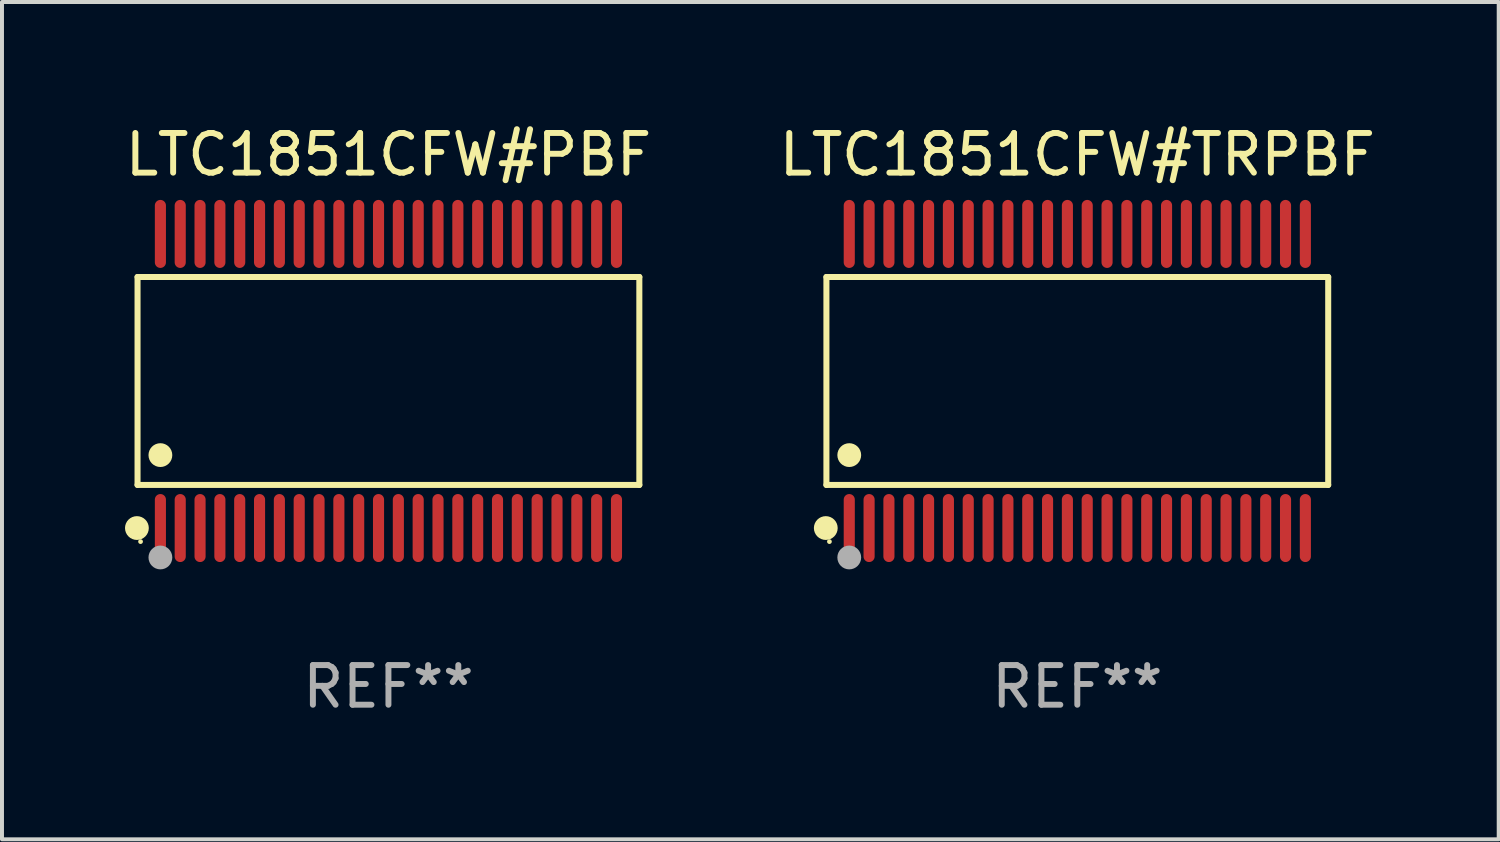
<source format=kicad_pcb>
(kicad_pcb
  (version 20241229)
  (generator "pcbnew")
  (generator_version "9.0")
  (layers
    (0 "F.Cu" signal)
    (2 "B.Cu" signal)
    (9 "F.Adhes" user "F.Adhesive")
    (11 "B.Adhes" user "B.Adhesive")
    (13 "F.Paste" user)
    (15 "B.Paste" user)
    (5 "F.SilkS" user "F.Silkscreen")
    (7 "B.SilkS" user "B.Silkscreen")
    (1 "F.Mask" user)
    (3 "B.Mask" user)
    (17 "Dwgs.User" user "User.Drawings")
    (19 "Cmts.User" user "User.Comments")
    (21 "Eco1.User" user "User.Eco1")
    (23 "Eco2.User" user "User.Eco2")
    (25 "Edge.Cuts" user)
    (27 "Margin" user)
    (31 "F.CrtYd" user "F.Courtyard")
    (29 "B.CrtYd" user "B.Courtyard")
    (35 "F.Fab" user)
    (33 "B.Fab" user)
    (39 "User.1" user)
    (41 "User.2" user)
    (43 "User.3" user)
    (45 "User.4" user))
  (footprint "LTC1851CFW#TRPBF"
    (layer "F.Cu")
    (at 24.113 6.556)
    (property "Reference" "LTC1851CFW#TRPBF" (at 0 -5.708 0) (layer "F.SilkS") (effects (font (size 1 1) (thickness 0.15))))
    (attr through_hole)
    (fp_line (start -6.326 -2.622) (end 6.326 -2.622) (stroke (width 0.152) (type solid)) (layer "F.SilkS"))
    (fp_line (start -6.326 2.621) (end -6.326 -2.622) (stroke (width 0.152) (type solid)) (layer "F.SilkS"))
    (fp_line (start 6.326 -2.622) (end 6.326 2.621) (stroke (width 0.152) (type solid)) (layer "F.SilkS"))
    (fp_line (start 6.326 2.621) (end -6.326 2.621) (stroke (width 0.152) (type solid)) (layer "F.SilkS"))
    (fp_circle (center -6.342 3.708) (end -6.192 3.708) (stroke (width 0.3) (type solid)) (fill no) (layer "F.SilkS"))
    (fp_circle (center -6.25 4.05) (end -6.22 4.05) (stroke (width 0.06) (type solid)) (fill no) (layer "F.SilkS"))
    (fp_circle (center -5.75 1.869) (end -5.6 1.869) (stroke (width 0.3) (type solid)) (fill no) (layer "F.SilkS"))
    (fp_circle (center -5.75 4.45) (end -5.6 4.45) (stroke (width 0.3) (type solid)) (fill no) (layer "F.Fab"))
    (fp_text user "REF**" (at 0 7.708 0) (layer "F.Fab") (effects (font (size 1 1) (thickness 0.15))))
    (pad "1" smd oval (at -5.75 3.708) (size 0.28 1.715) (layers "F.Cu" "F.Mask" "F.Paste"))
    (pad "2" smd oval (at -5.25 3.708) (size 0.28 1.715) (layers "F.Cu" "F.Mask" "F.Paste"))
    (pad "3" smd oval (at -4.75 3.708) (size 0.28 1.715) (layers "F.Cu" "F.Mask" "F.Paste"))
    (pad "4" smd oval (at -4.25 3.708) (size 0.28 1.715) (layers "F.Cu" "F.Mask" "F.Paste"))
    (pad "5" smd oval (at -3.75 3.708) (size 0.28 1.715) (layers "F.Cu" "F.Mask" "F.Paste"))
    (pad "6" smd oval (at -3.25 3.708) (size 0.28 1.715) (layers "F.Cu" "F.Mask" "F.Paste"))
    (pad "7" smd oval (at -2.75 3.708) (size 0.28 1.715) (layers "F.Cu" "F.Mask" "F.Paste"))
    (pad "8" smd oval (at -2.25 3.708) (size 0.28 1.715) (layers "F.Cu" "F.Mask" "F.Paste"))
    (pad "9" smd oval (at -1.75 3.708) (size 0.28 1.715) (layers "F.Cu" "F.Mask" "F.Paste"))
    (pad "10" smd oval (at -1.25 3.708) (size 0.28 1.715) (layers "F.Cu" "F.Mask" "F.Paste"))
    (pad "11" smd oval (at -0.75 3.708) (size 0.28 1.715) (layers "F.Cu" "F.Mask" "F.Paste"))
    (pad "12" smd oval (at -0.25 3.708) (size 0.28 1.715) (layers "F.Cu" "F.Mask" "F.Paste"))
    (pad "13" smd oval (at 0.25 3.708) (size 0.28 1.715) (layers "F.Cu" "F.Mask" "F.Paste"))
    (pad "14" smd oval (at 0.75 3.708) (size 0.28 1.715) (layers "F.Cu" "F.Mask" "F.Paste"))
    (pad "15" smd oval (at 1.25 3.708) (size 0.28 1.715) (layers "F.Cu" "F.Mask" "F.Paste"))
    (pad "16" smd oval (at 1.75 3.708) (size 0.28 1.715) (layers "F.Cu" "F.Mask" "F.Paste"))
    (pad "17" smd oval (at 2.25 3.708) (size 0.28 1.715) (layers "F.Cu" "F.Mask" "F.Paste"))
    (pad "18" smd oval (at 2.75 3.708) (size 0.28 1.715) (layers "F.Cu" "F.Mask" "F.Paste"))
    (pad "19" smd oval (at 3.25 3.708) (size 0.28 1.715) (layers "F.Cu" "F.Mask" "F.Paste"))
    (pad "20" smd oval (at 3.75 3.708) (size 0.28 1.715) (layers "F.Cu" "F.Mask" "F.Paste"))
    (pad "21" smd oval (at 4.25 3.708) (size 0.28 1.715) (layers "F.Cu" "F.Mask" "F.Paste"))
    (pad "22" smd oval (at 4.75 3.708) (size 0.28 1.715) (layers "F.Cu" "F.Mask" "F.Paste"))
    (pad "23" smd oval (at 5.25 3.708) (size 0.28 1.715) (layers "F.Cu" "F.Mask" "F.Paste"))
    (pad "24" smd oval (at 5.75 3.708) (size 0.28 1.715) (layers "F.Cu" "F.Mask" "F.Paste"))
    (pad "25" smd oval (at 5.75 -3.708) (size 0.28 1.715) (layers "F.Cu" "F.Mask" "F.Paste"))
    (pad "26" smd oval (at 5.25 -3.708) (size 0.28 1.715) (layers "F.Cu" "F.Mask" "F.Paste"))
    (pad "27" smd oval (at 4.75 -3.708) (size 0.28 1.715) (layers "F.Cu" "F.Mask" "F.Paste"))
    (pad "28" smd oval (at 4.25 -3.708) (size 0.28 1.715) (layers "F.Cu" "F.Mask" "F.Paste"))
    (pad "29" smd oval (at 3.75 -3.708) (size 0.28 1.715) (layers "F.Cu" "F.Mask" "F.Paste"))
    (pad "30" smd oval (at 3.25 -3.708) (size 0.28 1.715) (layers "F.Cu" "F.Mask" "F.Paste"))
    (pad "31" smd oval (at 2.75 -3.708) (size 0.28 1.715) (layers "F.Cu" "F.Mask" "F.Paste"))
    (pad "32" smd oval (at 2.25 -3.708) (size 0.28 1.715) (layers "F.Cu" "F.Mask" "F.Paste"))
    (pad "33" smd oval (at 1.75 -3.708) (size 0.28 1.715) (layers "F.Cu" "F.Mask" "F.Paste"))
    (pad "34" smd oval (at 1.25 -3.708) (size 0.28 1.715) (layers "F.Cu" "F.Mask" "F.Paste"))
    (pad "35" smd oval (at 0.75 -3.708) (size 0.28 1.715) (layers "F.Cu" "F.Mask" "F.Paste"))
    (pad "36" smd oval (at 0.25 -3.708) (size 0.28 1.715) (layers "F.Cu" "F.Mask" "F.Paste"))
    (pad "37" smd oval (at -0.25 -3.708) (size 0.28 1.715) (layers "F.Cu" "F.Mask" "F.Paste"))
    (pad "38" smd oval (at -0.75 -3.708) (size 0.28 1.715) (layers "F.Cu" "F.Mask" "F.Paste"))
    (pad "39" smd oval (at -1.25 -3.708) (size 0.28 1.715) (layers "F.Cu" "F.Mask" "F.Paste"))
    (pad "40" smd oval (at -1.75 -3.708) (size 0.28 1.715) (layers "F.Cu" "F.Mask" "F.Paste"))
    (pad "41" smd oval (at -2.25 -3.708) (size 0.28 1.715) (layers "F.Cu" "F.Mask" "F.Paste"))
    (pad "42" smd oval (at -2.75 -3.708) (size 0.28 1.715) (layers "F.Cu" "F.Mask" "F.Paste"))
    (pad "43" smd oval (at -3.25 -3.708) (size 0.28 1.715) (layers "F.Cu" "F.Mask" "F.Paste"))
    (pad "44" smd oval (at -3.75 -3.708) (size 0.28 1.715) (layers "F.Cu" "F.Mask" "F.Paste"))
    (pad "45" smd oval (at -4.25 -3.708) (size 0.28 1.715) (layers "F.Cu" "F.Mask" "F.Paste"))
    (pad "46" smd oval (at -4.75 -3.708) (size 0.28 1.715) (layers "F.Cu" "F.Mask" "F.Paste"))
    (pad "47" smd oval (at -5.25 -3.708) (size 0.28 1.715) (layers "F.Cu" "F.Mask" "F.Paste"))
    (pad "48" smd oval (at -5.75 -3.708) (size 0.28 1.715) (layers "F.Cu" "F.Mask" "F.Paste")))
  (footprint "LTC1851CFW#PBF"
    (layer "F.Cu")
    (at 6.744 6.556)
    (property "Reference" "LTC1851CFW#PBF" (at 0 -5.708 0) (layer "F.SilkS") (effects (font (size 1 1) (thickness 0.15))))
    (attr through_hole)
    (fp_line (start -6.326 -2.622) (end 6.326 -2.622) (stroke (width 0.152) (type solid)) (layer "F.SilkS"))
    (fp_line (start -6.326 2.621) (end -6.326 -2.622) (stroke (width 0.152) (type solid)) (layer "F.SilkS"))
    (fp_line (start 6.326 -2.622) (end 6.326 2.621) (stroke (width 0.152) (type solid)) (layer "F.SilkS"))
    (fp_line (start 6.326 2.621) (end -6.326 2.621) (stroke (width 0.152) (type solid)) (layer "F.SilkS"))
    (fp_circle (center -6.342 3.708) (end -6.192 3.708) (stroke (width 0.3) (type solid)) (fill no) (layer "F.SilkS"))
    (fp_circle (center -6.25 4.05) (end -6.22 4.05) (stroke (width 0.06) (type solid)) (fill no) (layer "F.SilkS"))
    (fp_circle (center -5.75 1.869) (end -5.6 1.869) (stroke (width 0.3) (type solid)) (fill no) (layer "F.SilkS"))
    (fp_circle (center -5.75 4.45) (end -5.6 4.45) (stroke (width 0.3) (type solid)) (fill no) (layer "F.Fab"))
    (fp_text user "REF**" (at 0 7.708 0) (layer "F.Fab") (effects (font (size 1 1) (thickness 0.15))))
    (pad "1" smd oval (at -5.75 3.708) (size 0.28 1.715) (layers "F.Cu" "F.Mask" "F.Paste"))
    (pad "2" smd oval (at -5.25 3.708) (size 0.28 1.715) (layers "F.Cu" "F.Mask" "F.Paste"))
    (pad "3" smd oval (at -4.75 3.708) (size 0.28 1.715) (layers "F.Cu" "F.Mask" "F.Paste"))
    (pad "4" smd oval (at -4.25 3.708) (size 0.28 1.715) (layers "F.Cu" "F.Mask" "F.Paste"))
    (pad "5" smd oval (at -3.75 3.708) (size 0.28 1.715) (layers "F.Cu" "F.Mask" "F.Paste"))
    (pad "6" smd oval (at -3.25 3.708) (size 0.28 1.715) (layers "F.Cu" "F.Mask" "F.Paste"))
    (pad "7" smd oval (at -2.75 3.708) (size 0.28 1.715) (layers "F.Cu" "F.Mask" "F.Paste"))
    (pad "8" smd oval (at -2.25 3.708) (size 0.28 1.715) (layers "F.Cu" "F.Mask" "F.Paste"))
    (pad "9" smd oval (at -1.75 3.708) (size 0.28 1.715) (layers "F.Cu" "F.Mask" "F.Paste"))
    (pad "10" smd oval (at -1.25 3.708) (size 0.28 1.715) (layers "F.Cu" "F.Mask" "F.Paste"))
    (pad "11" smd oval (at -0.75 3.708) (size 0.28 1.715) (layers "F.Cu" "F.Mask" "F.Paste"))
    (pad "12" smd oval (at -0.25 3.708) (size 0.28 1.715) (layers "F.Cu" "F.Mask" "F.Paste"))
    (pad "13" smd oval (at 0.25 3.708) (size 0.28 1.715) (layers "F.Cu" "F.Mask" "F.Paste"))
    (pad "14" smd oval (at 0.75 3.708) (size 0.28 1.715) (layers "F.Cu" "F.Mask" "F.Paste"))
    (pad "15" smd oval (at 1.25 3.708) (size 0.28 1.715) (layers "F.Cu" "F.Mask" "F.Paste"))
    (pad "16" smd oval (at 1.75 3.708) (size 0.28 1.715) (layers "F.Cu" "F.Mask" "F.Paste"))
    (pad "17" smd oval (at 2.25 3.708) (size 0.28 1.715) (layers "F.Cu" "F.Mask" "F.Paste"))
    (pad "18" smd oval (at 2.75 3.708) (size 0.28 1.715) (layers "F.Cu" "F.Mask" "F.Paste"))
    (pad "19" smd oval (at 3.25 3.708) (size 0.28 1.715) (layers "F.Cu" "F.Mask" "F.Paste"))
    (pad "20" smd oval (at 3.75 3.708) (size 0.28 1.715) (layers "F.Cu" "F.Mask" "F.Paste"))
    (pad "21" smd oval (at 4.25 3.708) (size 0.28 1.715) (layers "F.Cu" "F.Mask" "F.Paste"))
    (pad "22" smd oval (at 4.75 3.708) (size 0.28 1.715) (layers "F.Cu" "F.Mask" "F.Paste"))
    (pad "23" smd oval (at 5.25 3.708) (size 0.28 1.715) (layers "F.Cu" "F.Mask" "F.Paste"))
    (pad "24" smd oval (at 5.75 3.708) (size 0.28 1.715) (layers "F.Cu" "F.Mask" "F.Paste"))
    (pad "25" smd oval (at 5.75 -3.708) (size 0.28 1.715) (layers "F.Cu" "F.Mask" "F.Paste"))
    (pad "26" smd oval (at 5.25 -3.708) (size 0.28 1.715) (layers "F.Cu" "F.Mask" "F.Paste"))
    (pad "27" smd oval (at 4.75 -3.708) (size 0.28 1.715) (layers "F.Cu" "F.Mask" "F.Paste"))
    (pad "28" smd oval (at 4.25 -3.708) (size 0.28 1.715) (layers "F.Cu" "F.Mask" "F.Paste"))
    (pad "29" smd oval (at 3.75 -3.708) (size 0.28 1.715) (layers "F.Cu" "F.Mask" "F.Paste"))
    (pad "30" smd oval (at 3.25 -3.708) (size 0.28 1.715) (layers "F.Cu" "F.Mask" "F.Paste"))
    (pad "31" smd oval (at 2.75 -3.708) (size 0.28 1.715) (layers "F.Cu" "F.Mask" "F.Paste"))
    (pad "32" smd oval (at 2.25 -3.708) (size 0.28 1.715) (layers "F.Cu" "F.Mask" "F.Paste"))
    (pad "33" smd oval (at 1.75 -3.708) (size 0.28 1.715) (layers "F.Cu" "F.Mask" "F.Paste"))
    (pad "34" smd oval (at 1.25 -3.708) (size 0.28 1.715) (layers "F.Cu" "F.Mask" "F.Paste"))
    (pad "35" smd oval (at 0.75 -3.708) (size 0.28 1.715) (layers "F.Cu" "F.Mask" "F.Paste"))
    (pad "36" smd oval (at 0.25 -3.708) (size 0.28 1.715) (layers "F.Cu" "F.Mask" "F.Paste"))
    (pad "37" smd oval (at -0.25 -3.708) (size 0.28 1.715) (layers "F.Cu" "F.Mask" "F.Paste"))
    (pad "38" smd oval (at -0.75 -3.708) (size 0.28 1.715) (layers "F.Cu" "F.Mask" "F.Paste"))
    (pad "39" smd oval (at -1.25 -3.708) (size 0.28 1.715) (layers "F.Cu" "F.Mask" "F.Paste"))
    (pad "40" smd oval (at -1.75 -3.708) (size 0.28 1.715) (layers "F.Cu" "F.Mask" "F.Paste"))
    (pad "41" smd oval (at -2.25 -3.708) (size 0.28 1.715) (layers "F.Cu" "F.Mask" "F.Paste"))
    (pad "42" smd oval (at -2.75 -3.708) (size 0.28 1.715) (layers "F.Cu" "F.Mask" "F.Paste"))
    (pad "43" smd oval (at -3.25 -3.708) (size 0.28 1.715) (layers "F.Cu" "F.Mask" "F.Paste"))
    (pad "44" smd oval (at -3.75 -3.708) (size 0.28 1.715) (layers "F.Cu" "F.Mask" "F.Paste"))
    (pad "45" smd oval (at -4.25 -3.708) (size 0.28 1.715) (layers "F.Cu" "F.Mask" "F.Paste"))
    (pad "46" smd oval (at -4.75 -3.708) (size 0.28 1.715) (layers "F.Cu" "F.Mask" "F.Paste"))
    (pad "47" smd oval (at -5.25 -3.708) (size 0.28 1.715) (layers "F.Cu" "F.Mask" "F.Paste"))
    (pad "48" smd oval (at -5.75 -3.708) (size 0.28 1.715) (layers "F.Cu" "F.Mask" "F.Paste")))
  (gr_rect
    (start -3 -3)
    (end 34.738 18.112)
    (stroke (width 0.1) (type default))
    (fill no)
    (layer "Edge.Cuts")))
</source>
